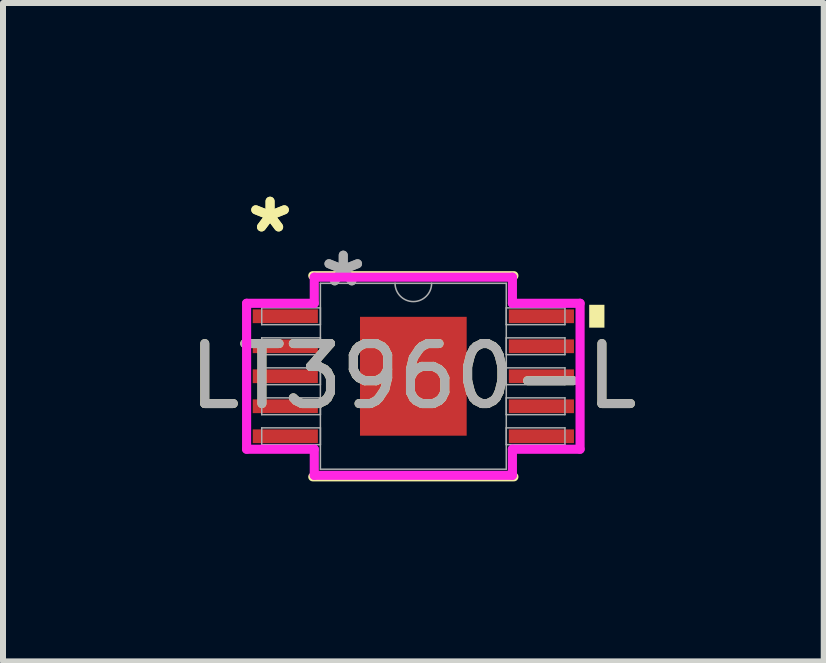
<source format=kicad_pcb>
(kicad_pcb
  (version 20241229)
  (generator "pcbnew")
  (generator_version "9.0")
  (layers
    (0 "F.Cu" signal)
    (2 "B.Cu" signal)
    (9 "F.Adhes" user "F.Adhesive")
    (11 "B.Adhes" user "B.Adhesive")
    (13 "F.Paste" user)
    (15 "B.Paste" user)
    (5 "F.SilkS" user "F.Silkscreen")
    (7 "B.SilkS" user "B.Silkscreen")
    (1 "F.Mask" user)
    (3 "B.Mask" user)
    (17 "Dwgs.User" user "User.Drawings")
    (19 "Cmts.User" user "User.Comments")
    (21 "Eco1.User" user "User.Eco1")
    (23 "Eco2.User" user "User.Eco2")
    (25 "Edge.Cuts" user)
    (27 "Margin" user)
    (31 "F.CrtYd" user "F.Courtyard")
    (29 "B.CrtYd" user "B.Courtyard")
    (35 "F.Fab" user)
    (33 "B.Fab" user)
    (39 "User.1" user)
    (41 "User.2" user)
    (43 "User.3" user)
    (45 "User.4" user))
  (footprint "LT3960-L"
    (layer "F.Cu")
    (at 3.839 3.221)
    (property "Reference" "LT3960-L" (at 0 0 0) (unlocked yes) (layer "F.SilkS") (effects (font (size 1 1) (thickness 0.15))))
    (attr smd)
    (fp_line (start -1.676 1.676) (end 1.676 1.676) (stroke (width 0.152) (type solid)) (layer "F.SilkS"))
    (fp_line (start 1.676 -1.676) (end -1.676 -1.676) (stroke (width 0.152) (type solid)) (layer "F.SilkS"))
    (fp_poly (pts (xy 3.185 -1.191) (xy 3.185 -0.81) (xy 2.931 -0.81) (xy 2.931 -1.191)) (stroke (width 0) (type solid)) (fill yes) (layer "F.SilkS"))
    (fp_line (start -2.779 -1.216) (end -1.651 -1.216) (stroke (width 0.152) (type solid)) (layer "F.CrtYd"))
    (fp_line (start -2.779 1.216) (end -2.779 -1.216) (stroke (width 0.152) (type solid)) (layer "F.CrtYd"))
    (fp_line (start -2.779 1.216) (end -1.651 1.216) (stroke (width 0.152) (type solid)) (layer "F.CrtYd"))
    (fp_line (start -1.651 -1.651) (end 1.651 -1.651) (stroke (width 0.152) (type solid)) (layer "F.CrtYd"))
    (fp_line (start -1.651 -1.216) (end -1.651 -1.651) (stroke (width 0.152) (type solid)) (layer "F.CrtYd"))
    (fp_line (start -1.651 1.651) (end -1.651 1.216) (stroke (width 0.152) (type solid)) (layer "F.CrtYd"))
    (fp_line (start 1.651 -1.651) (end 1.651 -1.216) (stroke (width 0.152) (type solid)) (layer "F.CrtYd"))
    (fp_line (start 1.651 1.216) (end 1.651 1.651) (stroke (width 0.152) (type solid)) (layer "F.CrtYd"))
    (fp_line (start 1.651 1.651) (end -1.651 1.651) (stroke (width 0.152) (type solid)) (layer "F.CrtYd"))
    (fp_line (start 2.779 -1.216) (end 1.651 -1.216) (stroke (width 0.152) (type solid)) (layer "F.CrtYd"))
    (fp_line (start 2.779 -1.216) (end 2.779 1.216) (stroke (width 0.152) (type solid)) (layer "F.CrtYd"))
    (fp_line (start 2.779 1.216) (end 1.651 1.216) (stroke (width 0.152) (type solid)) (layer "F.CrtYd"))
    (fp_line (start -2.527 -1.14) (end -2.527 -0.86) (stroke (width 0.025) (type solid)) (layer "F.Fab"))
    (fp_line (start -2.527 -0.86) (end -1.549 -0.86) (stroke (width 0.025) (type solid)) (layer "F.Fab"))
    (fp_line (start -2.527 -0.64) (end -2.527 -0.36) (stroke (width 0.025) (type solid)) (layer "F.Fab"))
    (fp_line (start -2.527 -0.36) (end -1.549 -0.36) (stroke (width 0.025) (type solid)) (layer "F.Fab"))
    (fp_line (start -2.527 -0.14) (end -2.527 0.14) (stroke (width 0.025) (type solid)) (layer "F.Fab"))
    (fp_line (start -2.527 0.14) (end -1.549 0.14) (stroke (width 0.025) (type solid)) (layer "F.Fab"))
    (fp_line (start -2.527 0.36) (end -2.527 0.64) (stroke (width 0.025) (type solid)) (layer "F.Fab"))
    (fp_line (start -2.527 0.64) (end -1.549 0.64) (stroke (width 0.025) (type solid)) (layer "F.Fab"))
    (fp_line (start -2.527 0.86) (end -2.527 1.14) (stroke (width 0.025) (type solid)) (layer "F.Fab"))
    (fp_line (start -2.527 1.14) (end -1.549 1.14) (stroke (width 0.025) (type solid)) (layer "F.Fab"))
    (fp_line (start -1.549 -1.549) (end -1.549 1.549) (stroke (width 0.025) (type solid)) (layer "F.Fab"))
    (fp_line (start -1.549 -1.14) (end -2.527 -1.14) (stroke (width 0.025) (type solid)) (layer "F.Fab"))
    (fp_line (start -1.549 -0.86) (end -1.549 -1.14) (stroke (width 0.025) (type solid)) (layer "F.Fab"))
    (fp_line (start -1.549 -0.64) (end -2.527 -0.64) (stroke (width 0.025) (type solid)) (layer "F.Fab"))
    (fp_line (start -1.549 -0.36) (end -1.549 -0.64) (stroke (width 0.025) (type solid)) (layer "F.Fab"))
    (fp_line (start -1.549 -0.14) (end -2.527 -0.14) (stroke (width 0.025) (type solid)) (layer "F.Fab"))
    (fp_line (start -1.549 0.14) (end -1.549 -0.14) (stroke (width 0.025) (type solid)) (layer "F.Fab"))
    (fp_line (start -1.549 0.36) (end -2.527 0.36) (stroke (width 0.025) (type solid)) (layer "F.Fab"))
    (fp_line (start -1.549 0.64) (end -1.549 0.36) (stroke (width 0.025) (type solid)) (layer "F.Fab"))
    (fp_line (start -1.549 0.86) (end -2.527 0.86) (stroke (width 0.025) (type solid)) (layer "F.Fab"))
    (fp_line (start -1.549 1.14) (end -1.549 0.86) (stroke (width 0.025) (type solid)) (layer "F.Fab"))
    (fp_line (start -1.549 1.549) (end 1.549 1.549) (stroke (width 0.025) (type solid)) (layer "F.Fab"))
    (fp_line (start 1.549 -1.549) (end -1.549 -1.549) (stroke (width 0.025) (type solid)) (layer "F.Fab"))
    (fp_line (start 1.549 -1.14) (end 1.549 -0.86) (stroke (width 0.025) (type solid)) (layer "F.Fab"))
    (fp_line (start 1.549 -0.86) (end 2.527 -0.86) (stroke (width 0.025) (type solid)) (layer "F.Fab"))
    (fp_line (start 1.549 -0.64) (end 1.549 -0.36) (stroke (width 0.025) (type solid)) (layer "F.Fab"))
    (fp_line (start 1.549 -0.36) (end 2.527 -0.36) (stroke (width 0.025) (type solid)) (layer "F.Fab"))
    (fp_line (start 1.549 -0.14) (end 1.549 0.14) (stroke (width 0.025) (type solid)) (layer "F.Fab"))
    (fp_line (start 1.549 0.14) (end 2.527 0.14) (stroke (width 0.025) (type solid)) (layer "F.Fab"))
    (fp_line (start 1.549 0.36) (end 1.549 0.64) (stroke (width 0.025) (type solid)) (layer "F.Fab"))
    (fp_line (start 1.549 0.64) (end 2.527 0.64) (stroke (width 0.025) (type solid)) (layer "F.Fab"))
    (fp_line (start 1.549 0.86) (end 1.549 1.14) (stroke (width 0.025) (type solid)) (layer "F.Fab"))
    (fp_line (start 1.549 1.14) (end 2.527 1.14) (stroke (width 0.025) (type solid)) (layer "F.Fab"))
    (fp_line (start 1.549 1.549) (end 1.549 -1.549) (stroke (width 0.025) (type solid)) (layer "F.Fab"))
    (fp_line (start 2.527 -1.14) (end 1.549 -1.14) (stroke (width 0.025) (type solid)) (layer "F.Fab"))
    (fp_line (start 2.527 -0.86) (end 2.527 -1.14) (stroke (width 0.025) (type solid)) (layer "F.Fab"))
    (fp_line (start 2.527 -0.64) (end 1.549 -0.64) (stroke (width 0.025) (type solid)) (layer "F.Fab"))
    (fp_line (start 2.527 -0.36) (end 2.527 -0.64) (stroke (width 0.025) (type solid)) (layer "F.Fab"))
    (fp_line (start 2.527 -0.14) (end 1.549 -0.14) (stroke (width 0.025) (type solid)) (layer "F.Fab"))
    (fp_line (start 2.527 0.14) (end 2.527 -0.14) (stroke (width 0.025) (type solid)) (layer "F.Fab"))
    (fp_line (start 2.527 0.36) (end 1.549 0.36) (stroke (width 0.025) (type solid)) (layer "F.Fab"))
    (fp_line (start 2.527 0.64) (end 2.527 0.36) (stroke (width 0.025) (type solid)) (layer "F.Fab"))
    (fp_line (start 2.527 0.86) (end 1.549 0.86) (stroke (width 0.025) (type solid)) (layer "F.Fab"))
    (fp_line (start 2.527 1.14) (end 2.527 0.86) (stroke (width 0.025) (type solid)) (layer "F.Fab"))
    (fp_arc (start 0.3048 -1.5494) (mid 0 -1.2446) (end -0.3048 -1.5494) (stroke (width 0.0254) (type solid)) (layer "F.Fab"))
    (fp_text user "*" (at -2.388 -2.372 0) (unlocked yes) (layer "F.SilkS") (effects (font (size 1 1) (thickness 0.15))))
    (fp_text user "*" (at -2.388 -2.372 0) (layer "F.SilkS") (effects (font (size 1 1) (thickness 0.15))))
    (fp_text user "*" (at -1.168 -1.473 0) (layer "F.Fab") (effects (font (size 1 1) (thickness 0.15))))
    (fp_text user "*" (at -1.168 -1.473 0) (unlocked yes) (layer "F.Fab") (effects (font (size 1 1) (thickness 0.15))))
    (fp_text user "${REFERENCE}" (at 0 0 0) (unlocked yes) (layer "F.Fab") (effects (font (size 1 1) (thickness 0.15))))
    (pad "1" smd rect (at -2.134 -1) (size 1.086 0.229) (layers "F.Cu" "F.Mask" "F.Paste"))
    (pad "2" smd rect (at -2.134 -0.5) (size 1.086 0.229) (layers "F.Cu" "F.Mask" "F.Paste"))
    (pad "3" smd rect (at -2.134 0) (size 1.086 0.229) (layers "F.Cu" "F.Mask" "F.Paste"))
    (pad "4" smd rect (at -2.134 0.5) (size 1.086 0.229) (layers "F.Cu" "F.Mask" "F.Paste"))
    (pad "5" smd rect (at -2.134 1) (size 1.086 0.229) (layers "F.Cu" "F.Mask" "F.Paste"))
    (pad "6" smd rect (at 2.134 1) (size 1.086 0.229) (layers "F.Cu" "F.Mask" "F.Paste"))
    (pad "7" smd rect (at 2.134 0.5) (size 1.086 0.229) (layers "F.Cu" "F.Mask" "F.Paste"))
    (pad "8" smd rect (at 2.134 0) (size 1.086 0.229) (layers "F.Cu" "F.Mask" "F.Paste"))
    (pad "9" smd rect (at 2.134 -0.5) (size 1.086 0.229) (layers "F.Cu" "F.Mask" "F.Paste"))
    (pad "10" smd rect (at 2.134 -1) (size 1.086 0.229) (layers "F.Cu" "F.Mask" "F.Paste"))
    (pad "11" smd rect (at 0 0) (size 1.778 1.981) (layers "F.Cu" "F.Mask" "F.Paste")))
  (gr_rect
    (start -3 -3)
    (end 10.679 7.973)
    (stroke (width 0.1) (type default))
    (fill no)
    (layer "Edge.Cuts")))
</source>
